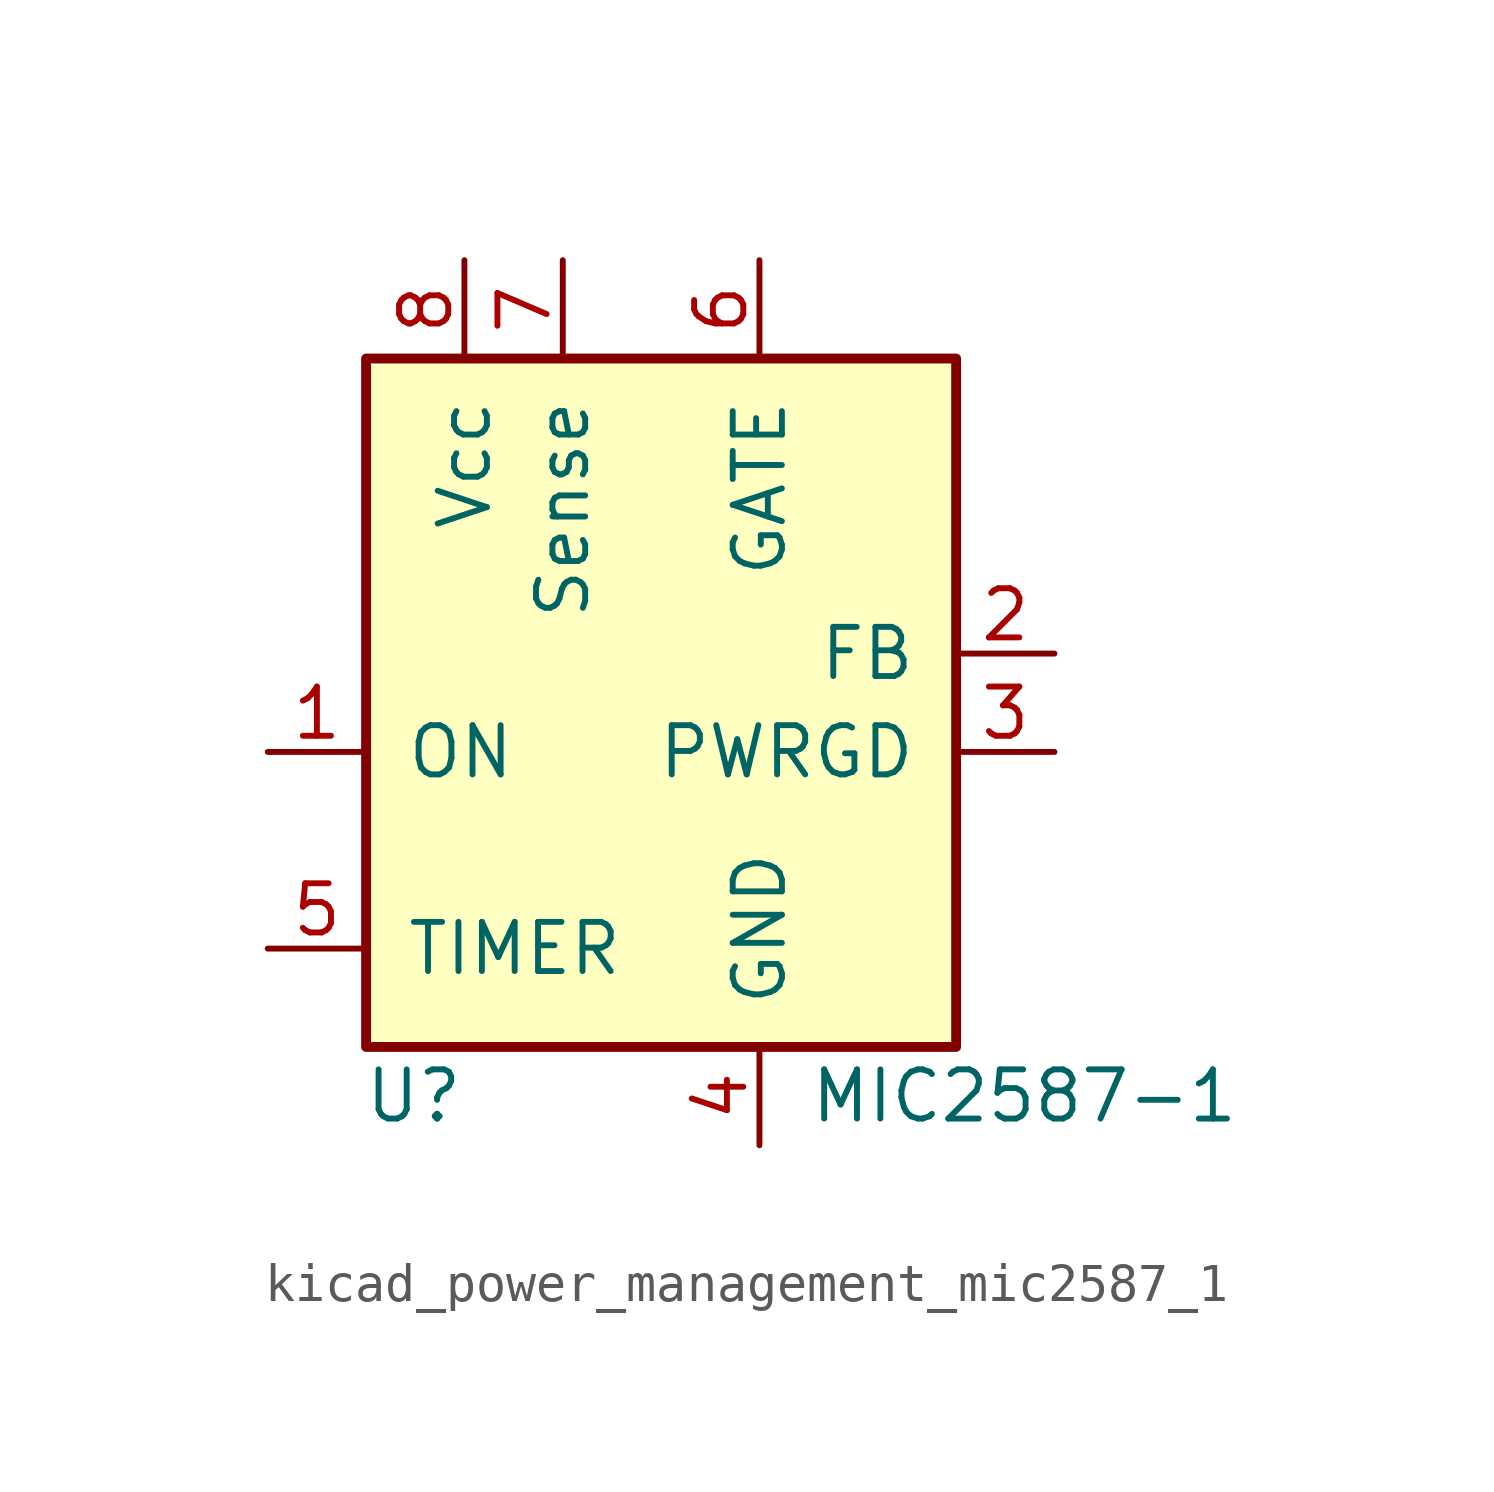
<source format=kicad_sym>
(kicad_symbol_lib
  (version 20220914)
  (generator kicad_symbol_editor)
  (symbol "kicad_power_management_mic2587_1"
    (pin_names
      (offset 1.016))
    (property "Reference" "U"
      (at -5.08 -11.43 0)
      (effects (font (size 1.27 1.27)) (justify right)))
    (property "Value" "MIC2587-1"
      (at 3.81 -11.43 0)
      (effects (font (size 1.27 1.27)) (justify left)))
    (symbol "kicad_power_management_mic2587_1_0_1"
      (rectangle (start 7.62 7.62) (end -7.62 -10.16) (stroke (width 0.254) (type default)) (fill (type background))))
    (symbol "kicad_power_management_mic2587_1_1_0"
      (pin power_in line (at 2.54 -12.7 90) (length 2.54) (name "GND" (effects (font (size 1.27 1.27)))) (number "4" (effects (font (size 1.27 1.27))))))
    (symbol "kicad_power_management_mic2587_1_1_1"
      (pin input line (at -10.16 -2.54 0) (length 2.54) (name "ON" (effects (font (size 1.27 1.27)))) (number "1" (effects (font (size 1.27 1.27)))))
      (pin input line (at 10.16 0 180) (length 2.54) (name "FB" (effects (font (size 1.27 1.27)))) (number "2" (effects (font (size 1.27 1.27)))))
      (pin open_collector line (at 10.16 -2.54 180) (length 2.54) (name "PWRGD" (effects (font (size 1.27 1.27)))) (number "3" (effects (font (size 1.27 1.27)))))
      (pin input line (at -10.16 -7.62 0) (length 2.54) (name "TIMER" (effects (font (size 1.27 1.27)))) (number "5" (effects (font (size 1.27 1.27)))))
      (pin output line (at 2.54 10.16 270) (length 2.54) (name "GATE" (effects (font (size 1.27 1.27)))) (number "6" (effects (font (size 1.27 1.27)))))
      (pin input line (at -2.54 10.16 270) (length 2.54) (name "Sense" (effects (font (size 1.27 1.27)))) (number "7" (effects (font (size 1.27 1.27)))))
      (pin power_in line (at -5.08 10.16 270) (length 2.54) (name "Vcc" (effects (font (size 1.27 1.27)))) (number "8" (effects (font (size 1.27 1.27))))))))
</source>
